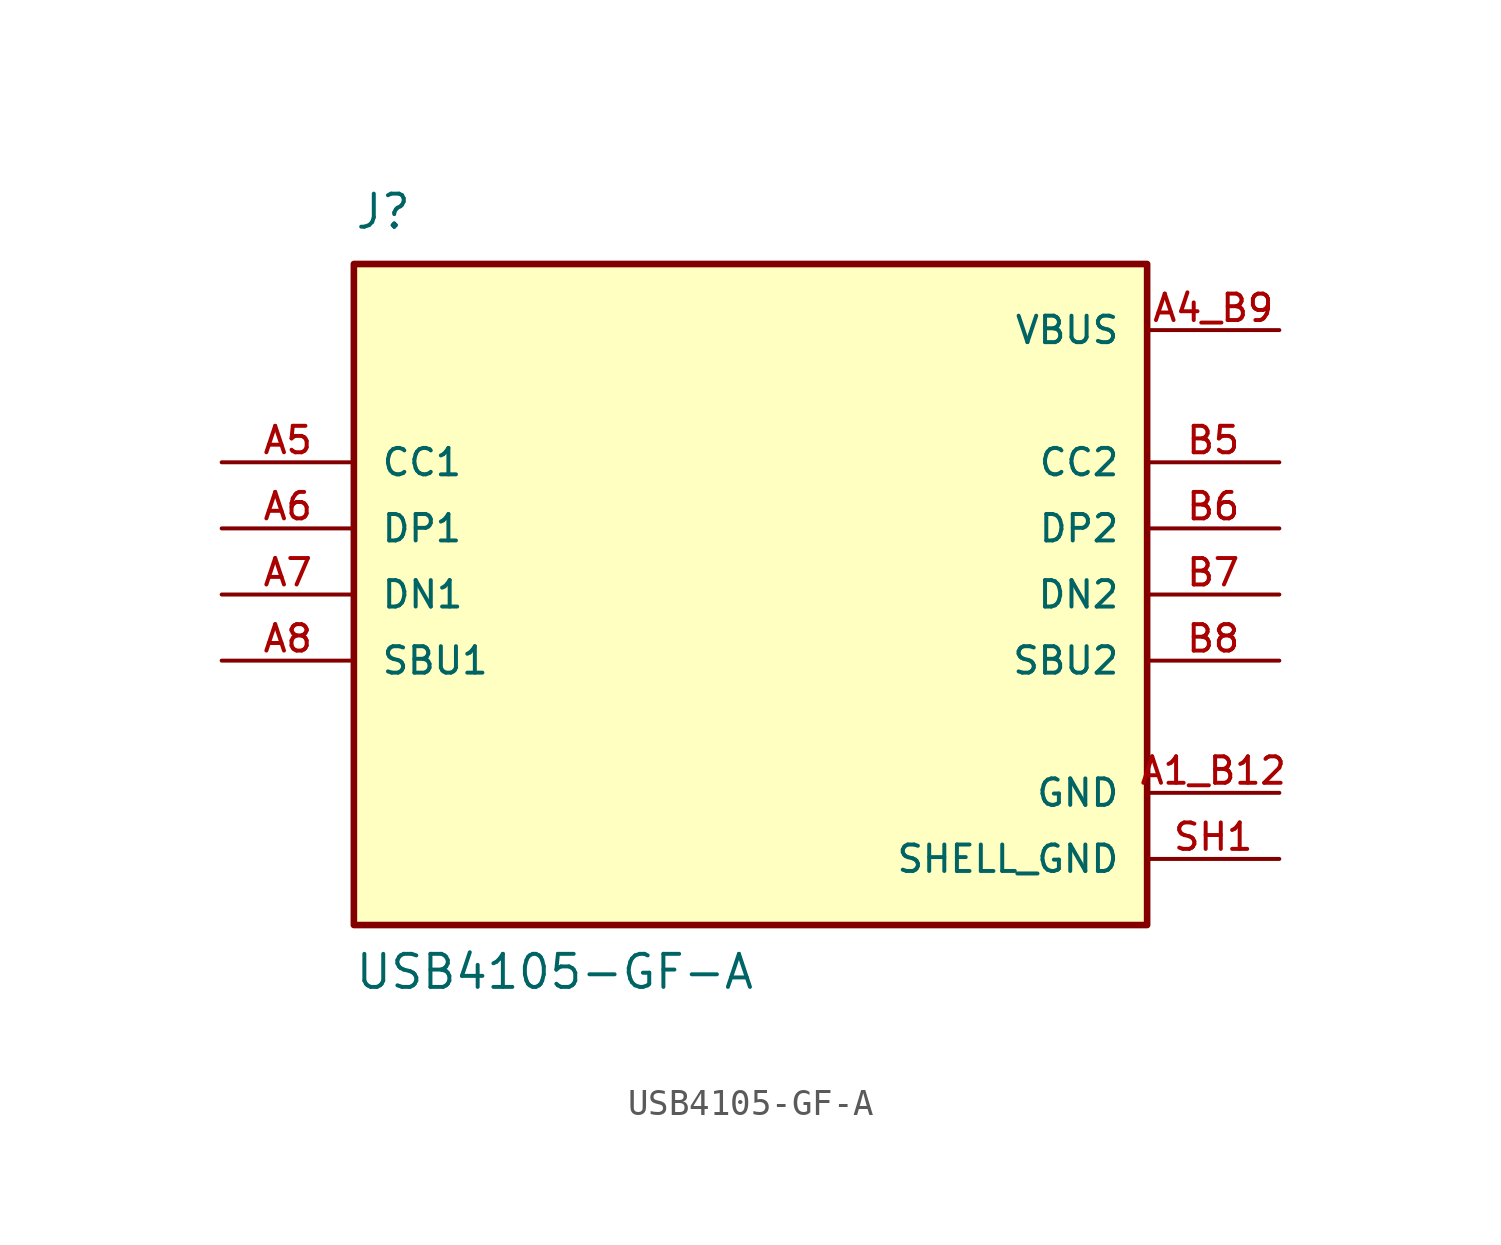
<source format=kicad_sym>
(kicad_symbol_lib
  (version 20211014)
  (generator kicad_symbol_editor)
  (symbol "USB4105-GF-A"
    (pin_names
      (offset 1.016))
    (property "Reference" "J"
      (at -15.24 13.97 0)
      (effects (font (size 1.27 1.27)) (justify bottom left)))
    (property "Value" "USB4105-GF-A"
      (at -15.24 -15.24 0)
      (effects (font (size 1.27 1.27)) (justify bottom left)))
    (symbol "USB4105-GF-A_0_0"
      (rectangle (start -15.24 -12.7) (end 15.24 12.7) (stroke (width 0.254)) (fill (type background)))
      (pin bidirectional line (at -20.32 5.08 0) (length 5.08) (name "CC1" (effects (font (size 1.016 1.016)))) (number "A5" (effects (font (size 1.016 1.016)))))
      (pin bidirectional line (at -20.32 2.54 0) (length 5.08) (name "DP1" (effects (font (size 1.016 1.016)))) (number "A6" (effects (font (size 1.016 1.016)))))
      (pin bidirectional line (at -20.32 0.0 0) (length 5.08) (name "DN1" (effects (font (size 1.016 1.016)))) (number "A7" (effects (font (size 1.016 1.016)))))
      (pin bidirectional line (at -20.32 -2.54 0) (length 5.08) (name "SBU1" (effects (font (size 1.016 1.016)))) (number "A8" (effects (font (size 1.016 1.016)))))
      (pin power_in line (at 20.32 10.16 180.0) (length 5.08) (name "VBUS" (effects (font (size 1.016 1.016)))) (number "A4_B9" (effects (font (size 1.016 1.016)))))
      (pin power_in line (at 20.32 10.16 180.0) (length 5.08) hide (name "VBUS" (effects (font (size 1.016 1.016)))) (number "B4_A9" (effects (font (size 1.016 1.016)))))
      (pin bidirectional line (at 20.32 5.08 180.0) (length 5.08) (name "CC2" (effects (font (size 1.016 1.016)))) (number "B5" (effects (font (size 1.016 1.016)))))
      (pin bidirectional line (at 20.32 2.54 180.0) (length 5.08) (name "DP2" (effects (font (size 1.016 1.016)))) (number "B6" (effects (font (size 1.016 1.016)))))
      (pin bidirectional line (at 20.32 0.0 180.0) (length 5.08) (name "DN2" (effects (font (size 1.016 1.016)))) (number "B7" (effects (font (size 1.016 1.016)))))
      (pin bidirectional line (at 20.32 -2.54 180.0) (length 5.08) (name "SBU2" (effects (font (size 1.016 1.016)))) (number "B8" (effects (font (size 1.016 1.016)))))
      (pin power_in line (at 20.32 -7.62 180.0) (length 5.08) (name "GND" (effects (font (size 1.016 1.016)))) (number "A1_B12" (effects (font (size 1.016 1.016)))))
      (pin power_in line (at 20.32 -7.62 180.0) (length 5.08) hide (name "GND" (effects (font (size 1.016 1.016)))) (number "B1_A12" (effects (font (size 1.016 1.016)))))
      (pin power_in line (at 20.32 -10.16 180.0) (length 5.08) (name "SHELL_GND" (effects (font (size 1.016 1.016)))) (number "SH1" (effects (font (size 1.016 1.016)))))
      (pin power_in line (at 20.32 -10.16 180.0) (length 5.08) hide (name "SHELL_GND" (effects (font (size 1.016 1.016)))) (number "SH2" (effects (font (size 1.016 1.016)))))
      (pin power_in line (at 20.32 -10.16 180.0) (length 5.08) hide (name "SHELL_GND" (effects (font (size 1.016 1.016)))) (number "SH3" (effects (font (size 1.016 1.016)))))
      (pin power_in line (at 20.32 -10.16 180.0) (length 5.08) hide (name "SHELL_GND" (effects (font (size 1.016 1.016)))) (number "SH4" (effects (font (size 1.016 1.016))))))))
</source>
